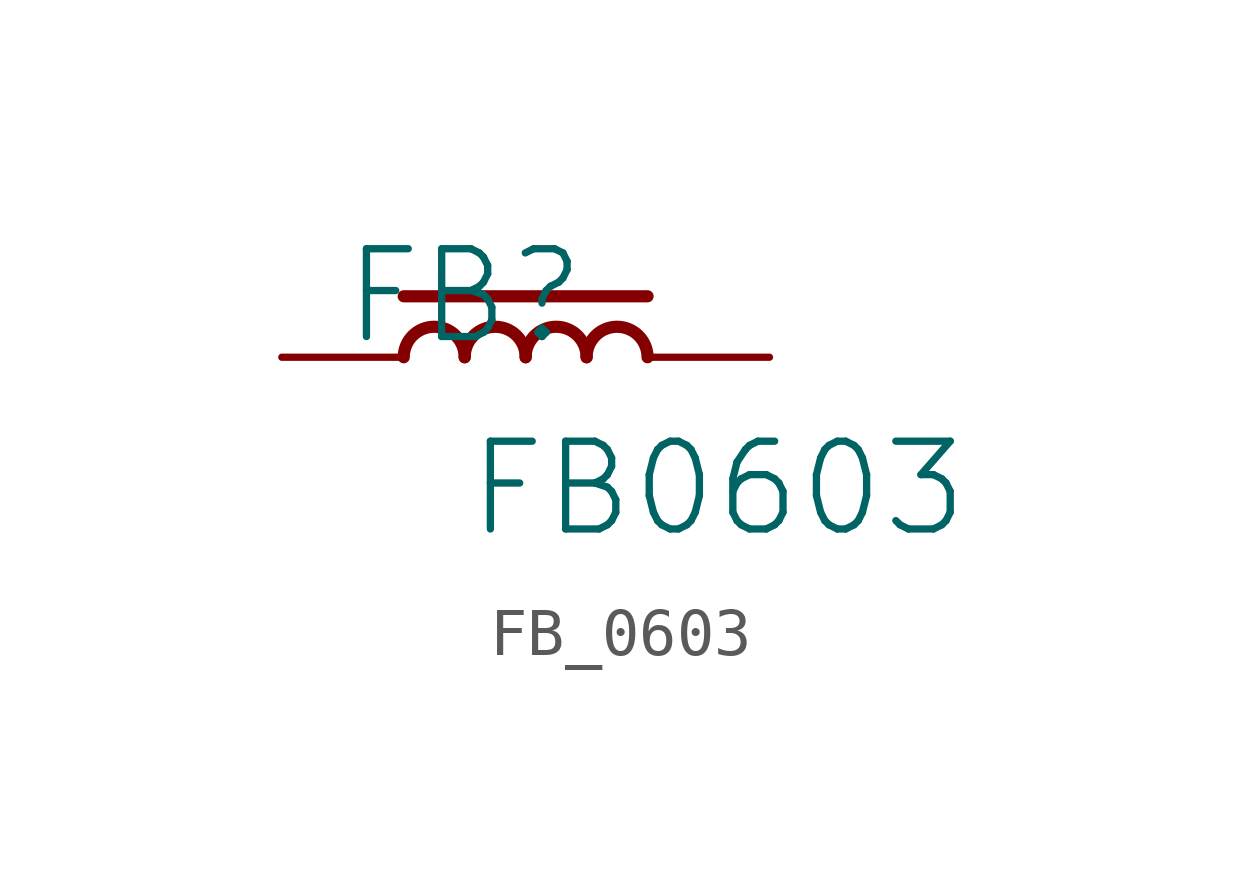
<source format=kicad_sym>
(kicad_symbol_lib
  (version 20231120)
  (generator "kicad_symbol_editor")
  (generator_version "8.0")
  (symbol "FB_0603"
    (property "Reference" "FB"
      (at -1.27 1.27 0)
      (effects (font (size 1.829 1.829))))
    (property "Value" "FB0603"
      (at -1.27 -3.81 0)
      (effects (font (size 1.829 1.829)) (justify left bottom)))
    (symbol "FB_0603_1_0"
      (arc (start -1.27 0) (mid -1.905 0.635) (end -2.54 0) (stroke (width 0.254) (type solid)) (fill (type none)))
      (arc (start 0 0) (mid -0.635 0.635) (end -1.27 0) (stroke (width 0.254) (type solid)) (fill (type none)))
      (polyline (pts (xy -2.54 1.27) (xy 2.54 1.27)) (stroke (width 0.254) (type solid)) (fill (type none)))
      (arc (start 1.27 0) (mid 0.635 0.635) (end 0 0) (stroke (width 0.254) (type solid)) (fill (type none)))
      (arc (start 2.54 0) (mid 1.905 0.635) (end 1.27 0) (stroke (width 0.254) (type solid)) (fill (type none)))
      (pin passive line (at -5.08 0 0) (length 2.54) (name "1" (effects (font (size 0 0)))) (number "1" (effects (font (size 0 0)))))
      (pin passive line (at 5.08 0 180) (length 2.54) (name "2" (effects (font (size 0 0)))) (number "2" (effects (font (size 0 0))))))))
</source>
